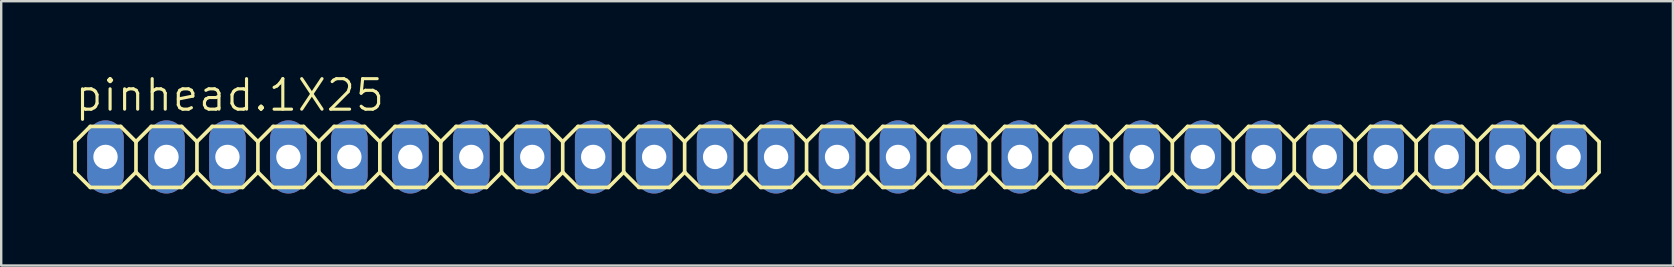
<source format=kicad_pcb>
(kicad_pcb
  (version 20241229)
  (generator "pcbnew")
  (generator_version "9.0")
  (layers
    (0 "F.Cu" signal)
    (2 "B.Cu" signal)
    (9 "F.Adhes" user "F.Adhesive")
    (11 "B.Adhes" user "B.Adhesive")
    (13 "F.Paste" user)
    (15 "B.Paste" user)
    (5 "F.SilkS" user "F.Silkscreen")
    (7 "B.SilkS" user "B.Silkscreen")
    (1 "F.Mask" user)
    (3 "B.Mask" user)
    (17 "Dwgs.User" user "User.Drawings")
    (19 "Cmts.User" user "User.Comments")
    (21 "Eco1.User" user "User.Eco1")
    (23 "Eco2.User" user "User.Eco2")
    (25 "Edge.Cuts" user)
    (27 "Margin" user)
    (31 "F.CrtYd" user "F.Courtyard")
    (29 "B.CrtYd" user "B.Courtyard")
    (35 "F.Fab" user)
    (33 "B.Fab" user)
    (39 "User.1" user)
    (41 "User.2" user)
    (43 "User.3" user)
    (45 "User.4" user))
  (footprint "pinhead.1X25"
    (layer "F.Cu")
    (at 30.556 3.489)
    (property "Reference" "pinhead.1X25" (at -30.556 -1.829 0) (layer "F.SilkS") (effects (font (size 1.27 1.27) (thickness 0.13)) (justify left bottom)))
    (attr through_hole)
    (fp_line (start -30.48 -0.635) (end -30.48 0.635) (stroke (width 0.152) (type default)) (layer "F.SilkS"))
    (fp_line (start -30.48 0.635) (end -29.845 1.27) (stroke (width 0.152) (type default)) (layer "F.SilkS"))
    (fp_line (start -29.845 -1.27) (end -30.48 -0.635) (stroke (width 0.152) (type default)) (layer "F.SilkS"))
    (fp_line (start -29.845 -1.27) (end -28.575 -1.27) (stroke (width 0.152) (type default)) (layer "F.SilkS"))
    (fp_line (start -28.575 -1.27) (end -27.94 -0.635) (stroke (width 0.152) (type default)) (layer "F.SilkS"))
    (fp_line (start -28.575 1.27) (end -29.845 1.27) (stroke (width 0.152) (type default)) (layer "F.SilkS"))
    (fp_line (start -27.94 -0.635) (end -27.94 0.635) (stroke (width 0.152) (type default)) (layer "F.SilkS"))
    (fp_line (start -27.94 -0.635) (end -27.305 -1.27) (stroke (width 0.152) (type default)) (layer "F.SilkS"))
    (fp_line (start -27.94 0.635) (end -28.575 1.27) (stroke (width 0.152) (type default)) (layer "F.SilkS"))
    (fp_line (start -27.305 -1.27) (end -26.035 -1.27) (stroke (width 0.152) (type default)) (layer "F.SilkS"))
    (fp_line (start -27.305 1.27) (end -27.94 0.635) (stroke (width 0.152) (type default)) (layer "F.SilkS"))
    (fp_line (start -26.035 -1.27) (end -25.4 -0.635) (stroke (width 0.152) (type default)) (layer "F.SilkS"))
    (fp_line (start -26.035 1.27) (end -27.305 1.27) (stroke (width 0.152) (type default)) (layer "F.SilkS"))
    (fp_line (start -25.4 -0.635) (end -25.4 0.635) (stroke (width 0.152) (type default)) (layer "F.SilkS"))
    (fp_line (start -25.4 -0.635) (end -24.765 -1.27) (stroke (width 0.152) (type default)) (layer "F.SilkS"))
    (fp_line (start -25.4 0.635) (end -26.035 1.27) (stroke (width 0.152) (type default)) (layer "F.SilkS"))
    (fp_line (start -24.765 -1.27) (end -23.495 -1.27) (stroke (width 0.152) (type default)) (layer "F.SilkS"))
    (fp_line (start -24.765 1.27) (end -25.4 0.635) (stroke (width 0.152) (type default)) (layer "F.SilkS"))
    (fp_line (start -23.495 -1.27) (end -22.86 -0.635) (stroke (width 0.152) (type default)) (layer "F.SilkS"))
    (fp_line (start -23.495 1.27) (end -24.765 1.27) (stroke (width 0.152) (type default)) (layer "F.SilkS"))
    (fp_line (start -22.86 -0.635) (end -22.86 0.635) (stroke (width 0.152) (type default)) (layer "F.SilkS"))
    (fp_line (start -22.86 0.635) (end -23.495 1.27) (stroke (width 0.152) (type default)) (layer "F.SilkS"))
    (fp_line (start -22.86 0.635) (end -22.225 1.27) (stroke (width 0.152) (type default)) (layer "F.SilkS"))
    (fp_line (start -22.225 -1.27) (end -22.86 -0.635) (stroke (width 0.152) (type default)) (layer "F.SilkS"))
    (fp_line (start -22.225 -1.27) (end -20.955 -1.27) (stroke (width 0.152) (type default)) (layer "F.SilkS"))
    (fp_line (start -20.955 -1.27) (end -20.32 -0.635) (stroke (width 0.152) (type default)) (layer "F.SilkS"))
    (fp_line (start -20.955 1.27) (end -22.225 1.27) (stroke (width 0.152) (type default)) (layer "F.SilkS"))
    (fp_line (start -20.32 -0.635) (end -20.32 0.635) (stroke (width 0.152) (type default)) (layer "F.SilkS"))
    (fp_line (start -20.32 -0.635) (end -19.685 -1.27) (stroke (width 0.152) (type default)) (layer "F.SilkS"))
    (fp_line (start -20.32 0.635) (end -20.955 1.27) (stroke (width 0.152) (type default)) (layer "F.SilkS"))
    (fp_line (start -19.685 -1.27) (end -18.415 -1.27) (stroke (width 0.152) (type default)) (layer "F.SilkS"))
    (fp_line (start -19.685 1.27) (end -20.32 0.635) (stroke (width 0.152) (type default)) (layer "F.SilkS"))
    (fp_line (start -18.415 -1.27) (end -17.78 -0.635) (stroke (width 0.152) (type default)) (layer "F.SilkS"))
    (fp_line (start -18.415 1.27) (end -19.685 1.27) (stroke (width 0.152) (type default)) (layer "F.SilkS"))
    (fp_line (start -17.78 -0.635) (end -17.78 0.635) (stroke (width 0.152) (type default)) (layer "F.SilkS"))
    (fp_line (start -17.78 -0.635) (end -17.145 -1.27) (stroke (width 0.152) (type default)) (layer "F.SilkS"))
    (fp_line (start -17.78 0.635) (end -18.415 1.27) (stroke (width 0.152) (type default)) (layer "F.SilkS"))
    (fp_line (start -17.145 -1.27) (end -15.875 -1.27) (stroke (width 0.152) (type default)) (layer "F.SilkS"))
    (fp_line (start -17.145 1.27) (end -17.78 0.635) (stroke (width 0.152) (type default)) (layer "F.SilkS"))
    (fp_line (start -15.875 -1.27) (end -15.24 -0.635) (stroke (width 0.152) (type default)) (layer "F.SilkS"))
    (fp_line (start -15.875 1.27) (end -17.145 1.27) (stroke (width 0.152) (type default)) (layer "F.SilkS"))
    (fp_line (start -15.24 -0.635) (end -15.24 0.635) (stroke (width 0.152) (type default)) (layer "F.SilkS"))
    (fp_line (start -15.24 0.635) (end -15.875 1.27) (stroke (width 0.152) (type default)) (layer "F.SilkS"))
    (fp_line (start -15.24 0.635) (end -14.605 1.27) (stroke (width 0.152) (type default)) (layer "F.SilkS"))
    (fp_line (start -14.605 -1.27) (end -15.24 -0.635) (stroke (width 0.152) (type default)) (layer "F.SilkS"))
    (fp_line (start -14.605 -1.27) (end -13.335 -1.27) (stroke (width 0.152) (type default)) (layer "F.SilkS"))
    (fp_line (start -13.335 -1.27) (end -12.7 -0.635) (stroke (width 0.152) (type default)) (layer "F.SilkS"))
    (fp_line (start -13.335 1.27) (end -14.605 1.27) (stroke (width 0.152) (type default)) (layer "F.SilkS"))
    (fp_line (start -12.7 -0.635) (end -12.7 0.635) (stroke (width 0.152) (type default)) (layer "F.SilkS"))
    (fp_line (start -12.7 -0.635) (end -12.065 -1.27) (stroke (width 0.152) (type default)) (layer "F.SilkS"))
    (fp_line (start -12.7 0.635) (end -13.335 1.27) (stroke (width 0.152) (type default)) (layer "F.SilkS"))
    (fp_line (start -12.065 -1.27) (end -10.795 -1.27) (stroke (width 0.152) (type default)) (layer "F.SilkS"))
    (fp_line (start -12.065 1.27) (end -12.7 0.635) (stroke (width 0.152) (type default)) (layer "F.SilkS"))
    (fp_line (start -10.795 -1.27) (end -10.16 -0.635) (stroke (width 0.152) (type default)) (layer "F.SilkS"))
    (fp_line (start -10.795 1.27) (end -12.065 1.27) (stroke (width 0.152) (type default)) (layer "F.SilkS"))
    (fp_line (start -10.16 -0.635) (end -10.16 0.635) (stroke (width 0.152) (type default)) (layer "F.SilkS"))
    (fp_line (start -10.16 -0.635) (end -9.525 -1.27) (stroke (width 0.152) (type default)) (layer "F.SilkS"))
    (fp_line (start -10.16 0.635) (end -10.795 1.27) (stroke (width 0.152) (type default)) (layer "F.SilkS"))
    (fp_line (start -9.525 -1.27) (end -8.255 -1.27) (stroke (width 0.152) (type default)) (layer "F.SilkS"))
    (fp_line (start -9.525 1.27) (end -10.16 0.635) (stroke (width 0.152) (type default)) (layer "F.SilkS"))
    (fp_line (start -8.255 -1.27) (end -7.62 -0.635) (stroke (width 0.152) (type default)) (layer "F.SilkS"))
    (fp_line (start -8.255 1.27) (end -9.525 1.27) (stroke (width 0.152) (type default)) (layer "F.SilkS"))
    (fp_line (start -7.62 -0.635) (end -7.62 0.635) (stroke (width 0.152) (type default)) (layer "F.SilkS"))
    (fp_line (start -7.62 0.635) (end -8.255 1.27) (stroke (width 0.152) (type default)) (layer "F.SilkS"))
    (fp_line (start -7.62 0.635) (end -6.985 1.27) (stroke (width 0.152) (type default)) (layer "F.SilkS"))
    (fp_line (start -6.985 -1.27) (end -7.62 -0.635) (stroke (width 0.152) (type default)) (layer "F.SilkS"))
    (fp_line (start -6.985 -1.27) (end -5.715 -1.27) (stroke (width 0.152) (type default)) (layer "F.SilkS"))
    (fp_line (start -5.715 -1.27) (end -5.08 -0.635) (stroke (width 0.152) (type default)) (layer "F.SilkS"))
    (fp_line (start -5.715 1.27) (end -6.985 1.27) (stroke (width 0.152) (type default)) (layer "F.SilkS"))
    (fp_line (start -5.08 -0.635) (end -5.08 0.635) (stroke (width 0.152) (type default)) (layer "F.SilkS"))
    (fp_line (start -5.08 -0.635) (end -4.445 -1.27) (stroke (width 0.152) (type default)) (layer "F.SilkS"))
    (fp_line (start -5.08 0.635) (end -5.715 1.27) (stroke (width 0.152) (type default)) (layer "F.SilkS"))
    (fp_line (start -4.445 -1.27) (end -3.175 -1.27) (stroke (width 0.152) (type default)) (layer "F.SilkS"))
    (fp_line (start -4.445 1.27) (end -5.08 0.635) (stroke (width 0.152) (type default)) (layer "F.SilkS"))
    (fp_line (start -3.175 -1.27) (end -2.54 -0.635) (stroke (width 0.152) (type default)) (layer "F.SilkS"))
    (fp_line (start -3.175 1.27) (end -4.445 1.27) (stroke (width 0.152) (type default)) (layer "F.SilkS"))
    (fp_line (start -2.54 -0.635) (end -2.54 0.635) (stroke (width 0.152) (type default)) (layer "F.SilkS"))
    (fp_line (start -2.54 -0.635) (end -1.905 -1.27) (stroke (width 0.152) (type default)) (layer "F.SilkS"))
    (fp_line (start -2.54 0.635) (end -3.175 1.27) (stroke (width 0.152) (type default)) (layer "F.SilkS"))
    (fp_line (start -1.905 -1.27) (end -0.635 -1.27) (stroke (width 0.152) (type default)) (layer "F.SilkS"))
    (fp_line (start -1.905 1.27) (end -2.54 0.635) (stroke (width 0.152) (type default)) (layer "F.SilkS"))
    (fp_line (start -0.635 -1.27) (end 0 -0.635) (stroke (width 0.152) (type default)) (layer "F.SilkS"))
    (fp_line (start -0.635 1.27) (end -1.905 1.27) (stroke (width 0.152) (type default)) (layer "F.SilkS"))
    (fp_line (start 0 -0.635) (end 0 0.635) (stroke (width 0.152) (type default)) (layer "F.SilkS"))
    (fp_line (start 0 0.635) (end -0.635 1.27) (stroke (width 0.152) (type default)) (layer "F.SilkS"))
    (fp_line (start 0 0.635) (end 0.635 1.27) (stroke (width 0.152) (type default)) (layer "F.SilkS"))
    (fp_line (start 0.635 -1.27) (end 0 -0.635) (stroke (width 0.152) (type default)) (layer "F.SilkS"))
    (fp_line (start 0.635 -1.27) (end 1.905 -1.27) (stroke (width 0.152) (type default)) (layer "F.SilkS"))
    (fp_line (start 1.905 -1.27) (end 2.54 -0.635) (stroke (width 0.152) (type default)) (layer "F.SilkS"))
    (fp_line (start 1.905 1.27) (end 0.635 1.27) (stroke (width 0.152) (type default)) (layer "F.SilkS"))
    (fp_line (start 2.54 -0.635) (end 2.54 0.635) (stroke (width 0.152) (type default)) (layer "F.SilkS"))
    (fp_line (start 2.54 -0.635) (end 3.175 -1.27) (stroke (width 0.152) (type default)) (layer "F.SilkS"))
    (fp_line (start 2.54 0.635) (end 1.905 1.27) (stroke (width 0.152) (type default)) (layer "F.SilkS"))
    (fp_line (start 3.175 -1.27) (end 4.445 -1.27) (stroke (width 0.152) (type default)) (layer "F.SilkS"))
    (fp_line (start 3.175 1.27) (end 2.54 0.635) (stroke (width 0.152) (type default)) (layer "F.SilkS"))
    (fp_line (start 4.445 -1.27) (end 5.08 -0.635) (stroke (width 0.152) (type default)) (layer "F.SilkS"))
    (fp_line (start 4.445 1.27) (end 3.175 1.27) (stroke (width 0.152) (type default)) (layer "F.SilkS"))
    (fp_line (start 5.08 -0.635) (end 5.08 0.635) (stroke (width 0.152) (type default)) (layer "F.SilkS"))
    (fp_line (start 5.08 -0.635) (end 5.715 -1.27) (stroke (width 0.152) (type default)) (layer "F.SilkS"))
    (fp_line (start 5.08 0.635) (end 4.445 1.27) (stroke (width 0.152) (type default)) (layer "F.SilkS"))
    (fp_line (start 5.715 -1.27) (end 6.985 -1.27) (stroke (width 0.152) (type default)) (layer "F.SilkS"))
    (fp_line (start 5.715 1.27) (end 5.08 0.635) (stroke (width 0.152) (type default)) (layer "F.SilkS"))
    (fp_line (start 6.985 -1.27) (end 7.62 -0.635) (stroke (width 0.152) (type default)) (layer "F.SilkS"))
    (fp_line (start 6.985 1.27) (end 5.715 1.27) (stroke (width 0.152) (type default)) (layer "F.SilkS"))
    (fp_line (start 7.62 -0.635) (end 7.62 0.635) (stroke (width 0.152) (type default)) (layer "F.SilkS"))
    (fp_line (start 7.62 0.635) (end 6.985 1.27) (stroke (width 0.152) (type default)) (layer "F.SilkS"))
    (fp_line (start 7.62 0.635) (end 8.255 1.27) (stroke (width 0.152) (type default)) (layer "F.SilkS"))
    (fp_line (start 8.255 -1.27) (end 7.62 -0.635) (stroke (width 0.152) (type default)) (layer "F.SilkS"))
    (fp_line (start 8.255 -1.27) (end 9.525 -1.27) (stroke (width 0.152) (type default)) (layer "F.SilkS"))
    (fp_line (start 9.525 -1.27) (end 10.16 -0.635) (stroke (width 0.152) (type default)) (layer "F.SilkS"))
    (fp_line (start 9.525 1.27) (end 8.255 1.27) (stroke (width 0.152) (type default)) (layer "F.SilkS"))
    (fp_line (start 10.16 -0.635) (end 10.16 0.635) (stroke (width 0.152) (type default)) (layer "F.SilkS"))
    (fp_line (start 10.16 -0.635) (end 10.795 -1.27) (stroke (width 0.152) (type default)) (layer "F.SilkS"))
    (fp_line (start 10.16 0.635) (end 9.525 1.27) (stroke (width 0.152) (type default)) (layer "F.SilkS"))
    (fp_line (start 10.795 -1.27) (end 12.065 -1.27) (stroke (width 0.152) (type default)) (layer "F.SilkS"))
    (fp_line (start 10.795 1.27) (end 10.16 0.635) (stroke (width 0.152) (type default)) (layer "F.SilkS"))
    (fp_line (start 12.065 -1.27) (end 12.7 -0.635) (stroke (width 0.152) (type default)) (layer "F.SilkS"))
    (fp_line (start 12.065 1.27) (end 10.795 1.27) (stroke (width 0.152) (type default)) (layer "F.SilkS"))
    (fp_line (start 12.7 -0.635) (end 12.7 0.635) (stroke (width 0.152) (type default)) (layer "F.SilkS"))
    (fp_line (start 12.7 -0.635) (end 13.335 -1.27) (stroke (width 0.152) (type default)) (layer "F.SilkS"))
    (fp_line (start 12.7 0.635) (end 12.065 1.27) (stroke (width 0.152) (type default)) (layer "F.SilkS"))
    (fp_line (start 13.335 -1.27) (end 14.605 -1.27) (stroke (width 0.152) (type default)) (layer "F.SilkS"))
    (fp_line (start 13.335 1.27) (end 12.7 0.635) (stroke (width 0.152) (type default)) (layer "F.SilkS"))
    (fp_line (start 14.605 -1.27) (end 15.24 -0.635) (stroke (width 0.152) (type default)) (layer "F.SilkS"))
    (fp_line (start 14.605 1.27) (end 13.335 1.27) (stroke (width 0.152) (type default)) (layer "F.SilkS"))
    (fp_line (start 15.24 -0.635) (end 15.24 0.635) (stroke (width 0.152) (type default)) (layer "F.SilkS"))
    (fp_line (start 15.24 0.635) (end 14.605 1.27) (stroke (width 0.152) (type default)) (layer "F.SilkS"))
    (fp_line (start 15.24 0.635) (end 15.875 1.27) (stroke (width 0.152) (type default)) (layer "F.SilkS"))
    (fp_line (start 15.875 -1.27) (end 15.24 -0.635) (stroke (width 0.152) (type default)) (layer "F.SilkS"))
    (fp_line (start 15.875 -1.27) (end 17.145 -1.27) (stroke (width 0.152) (type default)) (layer "F.SilkS"))
    (fp_line (start 17.145 -1.27) (end 17.78 -0.635) (stroke (width 0.152) (type default)) (layer "F.SilkS"))
    (fp_line (start 17.145 1.27) (end 15.875 1.27) (stroke (width 0.152) (type default)) (layer "F.SilkS"))
    (fp_line (start 17.78 -0.635) (end 17.78 0.635) (stroke (width 0.152) (type default)) (layer "F.SilkS"))
    (fp_line (start 17.78 0.635) (end 17.145 1.27) (stroke (width 0.152) (type default)) (layer "F.SilkS"))
    (fp_line (start 17.78 0.635) (end 18.415 1.27) (stroke (width 0.152) (type default)) (layer "F.SilkS"))
    (fp_line (start 18.415 -1.27) (end 17.78 -0.635) (stroke (width 0.152) (type default)) (layer "F.SilkS"))
    (fp_line (start 18.415 -1.27) (end 19.685 -1.27) (stroke (width 0.152) (type default)) (layer "F.SilkS"))
    (fp_line (start 19.685 -1.27) (end 20.32 -0.635) (stroke (width 0.152) (type default)) (layer "F.SilkS"))
    (fp_line (start 19.685 1.27) (end 18.415 1.27) (stroke (width 0.152) (type default)) (layer "F.SilkS"))
    (fp_line (start 20.32 -0.635) (end 20.32 0.635) (stroke (width 0.152) (type default)) (layer "F.SilkS"))
    (fp_line (start 20.32 0.635) (end 19.685 1.27) (stroke (width 0.152) (type default)) (layer "F.SilkS"))
    (fp_line (start 20.32 0.635) (end 20.955 1.27) (stroke (width 0.152) (type default)) (layer "F.SilkS"))
    (fp_line (start 20.955 -1.27) (end 20.32 -0.635) (stroke (width 0.152) (type default)) (layer "F.SilkS"))
    (fp_line (start 20.955 -1.27) (end 22.225 -1.27) (stroke (width 0.152) (type default)) (layer "F.SilkS"))
    (fp_line (start 22.225 -1.27) (end 22.86 -0.635) (stroke (width 0.152) (type default)) (layer "F.SilkS"))
    (fp_line (start 22.225 1.27) (end 20.955 1.27) (stroke (width 0.152) (type default)) (layer "F.SilkS"))
    (fp_line (start 22.86 -0.635) (end 22.86 0.635) (stroke (width 0.152) (type default)) (layer "F.SilkS"))
    (fp_line (start 22.86 0.635) (end 22.225 1.27) (stroke (width 0.152) (type default)) (layer "F.SilkS"))
    (fp_line (start 22.86 0.635) (end 23.495 1.27) (stroke (width 0.152) (type default)) (layer "F.SilkS"))
    (fp_line (start 23.495 -1.27) (end 22.86 -0.635) (stroke (width 0.152) (type default)) (layer "F.SilkS"))
    (fp_line (start 23.495 -1.27) (end 24.765 -1.27) (stroke (width 0.152) (type default)) (layer "F.SilkS"))
    (fp_line (start 24.765 -1.27) (end 25.4 -0.635) (stroke (width 0.152) (type default)) (layer "F.SilkS"))
    (fp_line (start 24.765 1.27) (end 23.495 1.27) (stroke (width 0.152) (type default)) (layer "F.SilkS"))
    (fp_line (start 25.4 -0.635) (end 25.4 0.635) (stroke (width 0.152) (type default)) (layer "F.SilkS"))
    (fp_line (start 25.4 0.635) (end 24.765 1.27) (stroke (width 0.152) (type default)) (layer "F.SilkS"))
    (fp_line (start 25.4 0.635) (end 26.035 1.27) (stroke (width 0.152) (type default)) (layer "F.SilkS"))
    (fp_line (start 26.035 -1.27) (end 25.4 -0.635) (stroke (width 0.152) (type default)) (layer "F.SilkS"))
    (fp_line (start 26.035 -1.27) (end 27.305 -1.27) (stroke (width 0.152) (type default)) (layer "F.SilkS"))
    (fp_line (start 27.305 -1.27) (end 27.94 -0.635) (stroke (width 0.152) (type default)) (layer "F.SilkS"))
    (fp_line (start 27.305 1.27) (end 26.035 1.27) (stroke (width 0.152) (type default)) (layer "F.SilkS"))
    (fp_line (start 27.94 -0.635) (end 27.94 0.635) (stroke (width 0.152) (type default)) (layer "F.SilkS"))
    (fp_line (start 27.94 0.635) (end 27.305 1.27) (stroke (width 0.152) (type default)) (layer "F.SilkS"))
    (fp_line (start 27.94 0.635) (end 28.575 1.27) (stroke (width 0.152) (type default)) (layer "F.SilkS"))
    (fp_line (start 28.575 -1.27) (end 27.94 -0.635) (stroke (width 0.152) (type default)) (layer "F.SilkS"))
    (fp_line (start 28.575 -1.27) (end 29.845 -1.27) (stroke (width 0.152) (type default)) (layer "F.SilkS"))
    (fp_line (start 29.845 -1.27) (end 30.48 -0.635) (stroke (width 0.152) (type default)) (layer "F.SilkS"))
    (fp_line (start 29.845 1.27) (end 28.575 1.27) (stroke (width 0.152) (type default)) (layer "F.SilkS"))
    (fp_line (start 30.48 -0.635) (end 30.48 0.635) (stroke (width 0.152) (type default)) (layer "F.SilkS"))
    (fp_line (start 30.48 0.635) (end 29.845 1.27) (stroke (width 0.152) (type default)) (layer "F.SilkS"))
    (fp_line (start 30.48 0.635) (end 31.115 1.27) (stroke (width 0.152) (type default)) (layer "F.SilkS"))
    (fp_line (start 31.115 -1.27) (end 30.48 -0.635) (stroke (width 0.152) (type default)) (layer "F.SilkS"))
    (fp_line (start 31.115 -1.27) (end 32.385 -1.27) (stroke (width 0.152) (type default)) (layer "F.SilkS"))
    (fp_line (start 32.385 -1.27) (end 33.02 -0.635) (stroke (width 0.152) (type default)) (layer "F.SilkS"))
    (fp_line (start 32.385 1.27) (end 31.115 1.27) (stroke (width 0.152) (type default)) (layer "F.SilkS"))
    (fp_line (start 33.02 -0.635) (end 33.02 0.635) (stroke (width 0.152) (type default)) (layer "F.SilkS"))
    (fp_line (start 33.02 0.635) (end 32.385 1.27) (stroke (width 0.152) (type default)) (layer "F.SilkS"))
    (fp_rect (start -29.464 0.254) (end -28.956 -0.254) (stroke (width 0.05) (type default)) (fill no) (layer "F.Fab"))
    (fp_rect (start -26.924 0.254) (end -26.416 -0.254) (stroke (width 0.05) (type default)) (fill no) (layer "F.Fab"))
    (fp_rect (start -24.384 0.254) (end -23.876 -0.254) (stroke (width 0.05) (type default)) (fill no) (layer "F.Fab"))
    (fp_rect (start -21.844 0.254) (end -21.336 -0.254) (stroke (width 0.05) (type default)) (fill no) (layer "F.Fab"))
    (fp_rect (start -19.304 0.254) (end -18.796 -0.254) (stroke (width 0.05) (type default)) (fill no) (layer "F.Fab"))
    (fp_rect (start -16.764 0.254) (end -16.256 -0.254) (stroke (width 0.05) (type default)) (fill no) (layer "F.Fab"))
    (fp_rect (start -14.224 0.254) (end -13.716 -0.254) (stroke (width 0.05) (type default)) (fill no) (layer "F.Fab"))
    (fp_rect (start -11.684 0.254) (end -11.176 -0.254) (stroke (width 0.05) (type default)) (fill no) (layer "F.Fab"))
    (fp_rect (start -9.144 0.254) (end -8.636 -0.254) (stroke (width 0.05) (type default)) (fill no) (layer "F.Fab"))
    (fp_rect (start -6.604 0.254) (end -6.096 -0.254) (stroke (width 0.05) (type default)) (fill no) (layer "F.Fab"))
    (fp_rect (start -4.064 0.254) (end -3.556 -0.254) (stroke (width 0.05) (type default)) (fill no) (layer "F.Fab"))
    (fp_rect (start -1.524 0.254) (end -1.016 -0.254) (stroke (width 0.05) (type default)) (fill no) (layer "F.Fab"))
    (fp_rect (start 1.016 0.254) (end 1.524 -0.254) (stroke (width 0.05) (type default)) (fill no) (layer "F.Fab"))
    (fp_rect (start 3.556 0.254) (end 4.064 -0.254) (stroke (width 0.05) (type default)) (fill no) (layer "F.Fab"))
    (fp_rect (start 6.096 0.254) (end 6.604 -0.254) (stroke (width 0.05) (type default)) (fill no) (layer "F.Fab"))
    (fp_rect (start 8.636 0.254) (end 9.144 -0.254) (stroke (width 0.05) (type default)) (fill no) (layer "F.Fab"))
    (fp_rect (start 11.176 0.254) (end 11.684 -0.254) (stroke (width 0.05) (type default)) (fill no) (layer "F.Fab"))
    (fp_rect (start 13.716 0.254) (end 14.224 -0.254) (stroke (width 0.05) (type default)) (fill no) (layer "F.Fab"))
    (fp_rect (start 16.256 0.254) (end 16.764 -0.254) (stroke (width 0.05) (type default)) (fill no) (layer "F.Fab"))
    (fp_rect (start 18.796 0.254) (end 19.304 -0.254) (stroke (width 0.05) (type default)) (fill no) (layer "F.Fab"))
    (fp_rect (start 21.336 0.254) (end 21.844 -0.254) (stroke (width 0.05) (type default)) (fill no) (layer "F.Fab"))
    (fp_rect (start 23.876 0.254) (end 24.384 -0.254) (stroke (width 0.05) (type default)) (fill no) (layer "F.Fab"))
    (fp_rect (start 26.416 0.254) (end 26.924 -0.254) (stroke (width 0.05) (type default)) (fill no) (layer "F.Fab"))
    (fp_rect (start 28.956 0.254) (end 29.464 -0.254) (stroke (width 0.05) (type default)) (fill no) (layer "F.Fab"))
    (fp_rect (start 31.496 0.254) (end 32.004 -0.254) (stroke (width 0.05) (type default)) (fill no) (layer "F.Fab"))
    (pad "1" thru_hole oval (at -29.21 0 90) (size 3.048 1.524) (drill 1.016) (layers "*.Cu" "*.Mask"))
    (pad "2" thru_hole oval (at -26.67 0 90) (size 3.048 1.524) (drill 1.016) (layers "*.Cu" "*.Mask"))
    (pad "3" thru_hole oval (at -24.13 0 90) (size 3.048 1.524) (drill 1.016) (layers "*.Cu" "*.Mask"))
    (pad "4" thru_hole oval (at -21.59 0 90) (size 3.048 1.524) (drill 1.016) (layers "*.Cu" "*.Mask"))
    (pad "5" thru_hole oval (at -19.05 0 90) (size 3.048 1.524) (drill 1.016) (layers "*.Cu" "*.Mask"))
    (pad "6" thru_hole oval (at -16.51 0 90) (size 3.048 1.524) (drill 1.016) (layers "*.Cu" "*.Mask"))
    (pad "7" thru_hole oval (at -13.97 0 90) (size 3.048 1.524) (drill 1.016) (layers "*.Cu" "*.Mask"))
    (pad "8" thru_hole oval (at -11.43 0 90) (size 3.048 1.524) (drill 1.016) (layers "*.Cu" "*.Mask"))
    (pad "9" thru_hole oval (at -8.89 0 90) (size 3.048 1.524) (drill 1.016) (layers "*.Cu" "*.Mask"))
    (pad "10" thru_hole oval (at -6.35 0 90) (size 3.048 1.524) (drill 1.016) (layers "*.Cu" "*.Mask"))
    (pad "11" thru_hole oval (at -3.81 0 90) (size 3.048 1.524) (drill 1.016) (layers "*.Cu" "*.Mask"))
    (pad "12" thru_hole oval (at -1.27 0 90) (size 3.048 1.524) (drill 1.016) (layers "*.Cu" "*.Mask"))
    (pad "13" thru_hole oval (at 1.27 0 90) (size 3.048 1.524) (drill 1.016) (layers "*.Cu" "*.Mask"))
    (pad "14" thru_hole oval (at 3.81 0 90) (size 3.048 1.524) (drill 1.016) (layers "*.Cu" "*.Mask"))
    (pad "15" thru_hole oval (at 6.35 0 90) (size 3.048 1.524) (drill 1.016) (layers "*.Cu" "*.Mask"))
    (pad "16" thru_hole oval (at 8.89 0 90) (size 3.048 1.524) (drill 1.016) (layers "*.Cu" "*.Mask"))
    (pad "17" thru_hole oval (at 11.43 0 90) (size 3.048 1.524) (drill 1.016) (layers "*.Cu" "*.Mask"))
    (pad "18" thru_hole oval (at 13.97 0 90) (size 3.048 1.524) (drill 1.016) (layers "*.Cu" "*.Mask"))
    (pad "19" thru_hole oval (at 16.51 0 90) (size 3.048 1.524) (drill 1.016) (layers "*.Cu" "*.Mask"))
    (pad "20" thru_hole oval (at 19.05 0 90) (size 3.048 1.524) (drill 1.016) (layers "*.Cu" "*.Mask"))
    (pad "21" thru_hole oval (at 21.59 0 90) (size 3.048 1.524) (drill 1.016) (layers "*.Cu" "*.Mask"))
    (pad "22" thru_hole oval (at 24.13 0 90) (size 3.048 1.524) (drill 1.016) (layers "*.Cu" "*.Mask"))
    (pad "23" thru_hole oval (at 26.67 0 90) (size 3.048 1.524) (drill 1.016) (layers "*.Cu" "*.Mask"))
    (pad "24" thru_hole oval (at 29.21 0 90) (size 3.048 1.524) (drill 1.016) (layers "*.Cu" "*.Mask"))
    (pad "25" thru_hole oval (at 31.75 0 90) (size 3.048 1.524) (drill 1.016) (layers "*.Cu" "*.Mask")))
  (gr_rect
    (start -3 -3)
    (end 66.652 8.013)
    (stroke (width 0.1) (type default))
    (fill no)
    (layer "Edge.Cuts")))
</source>
